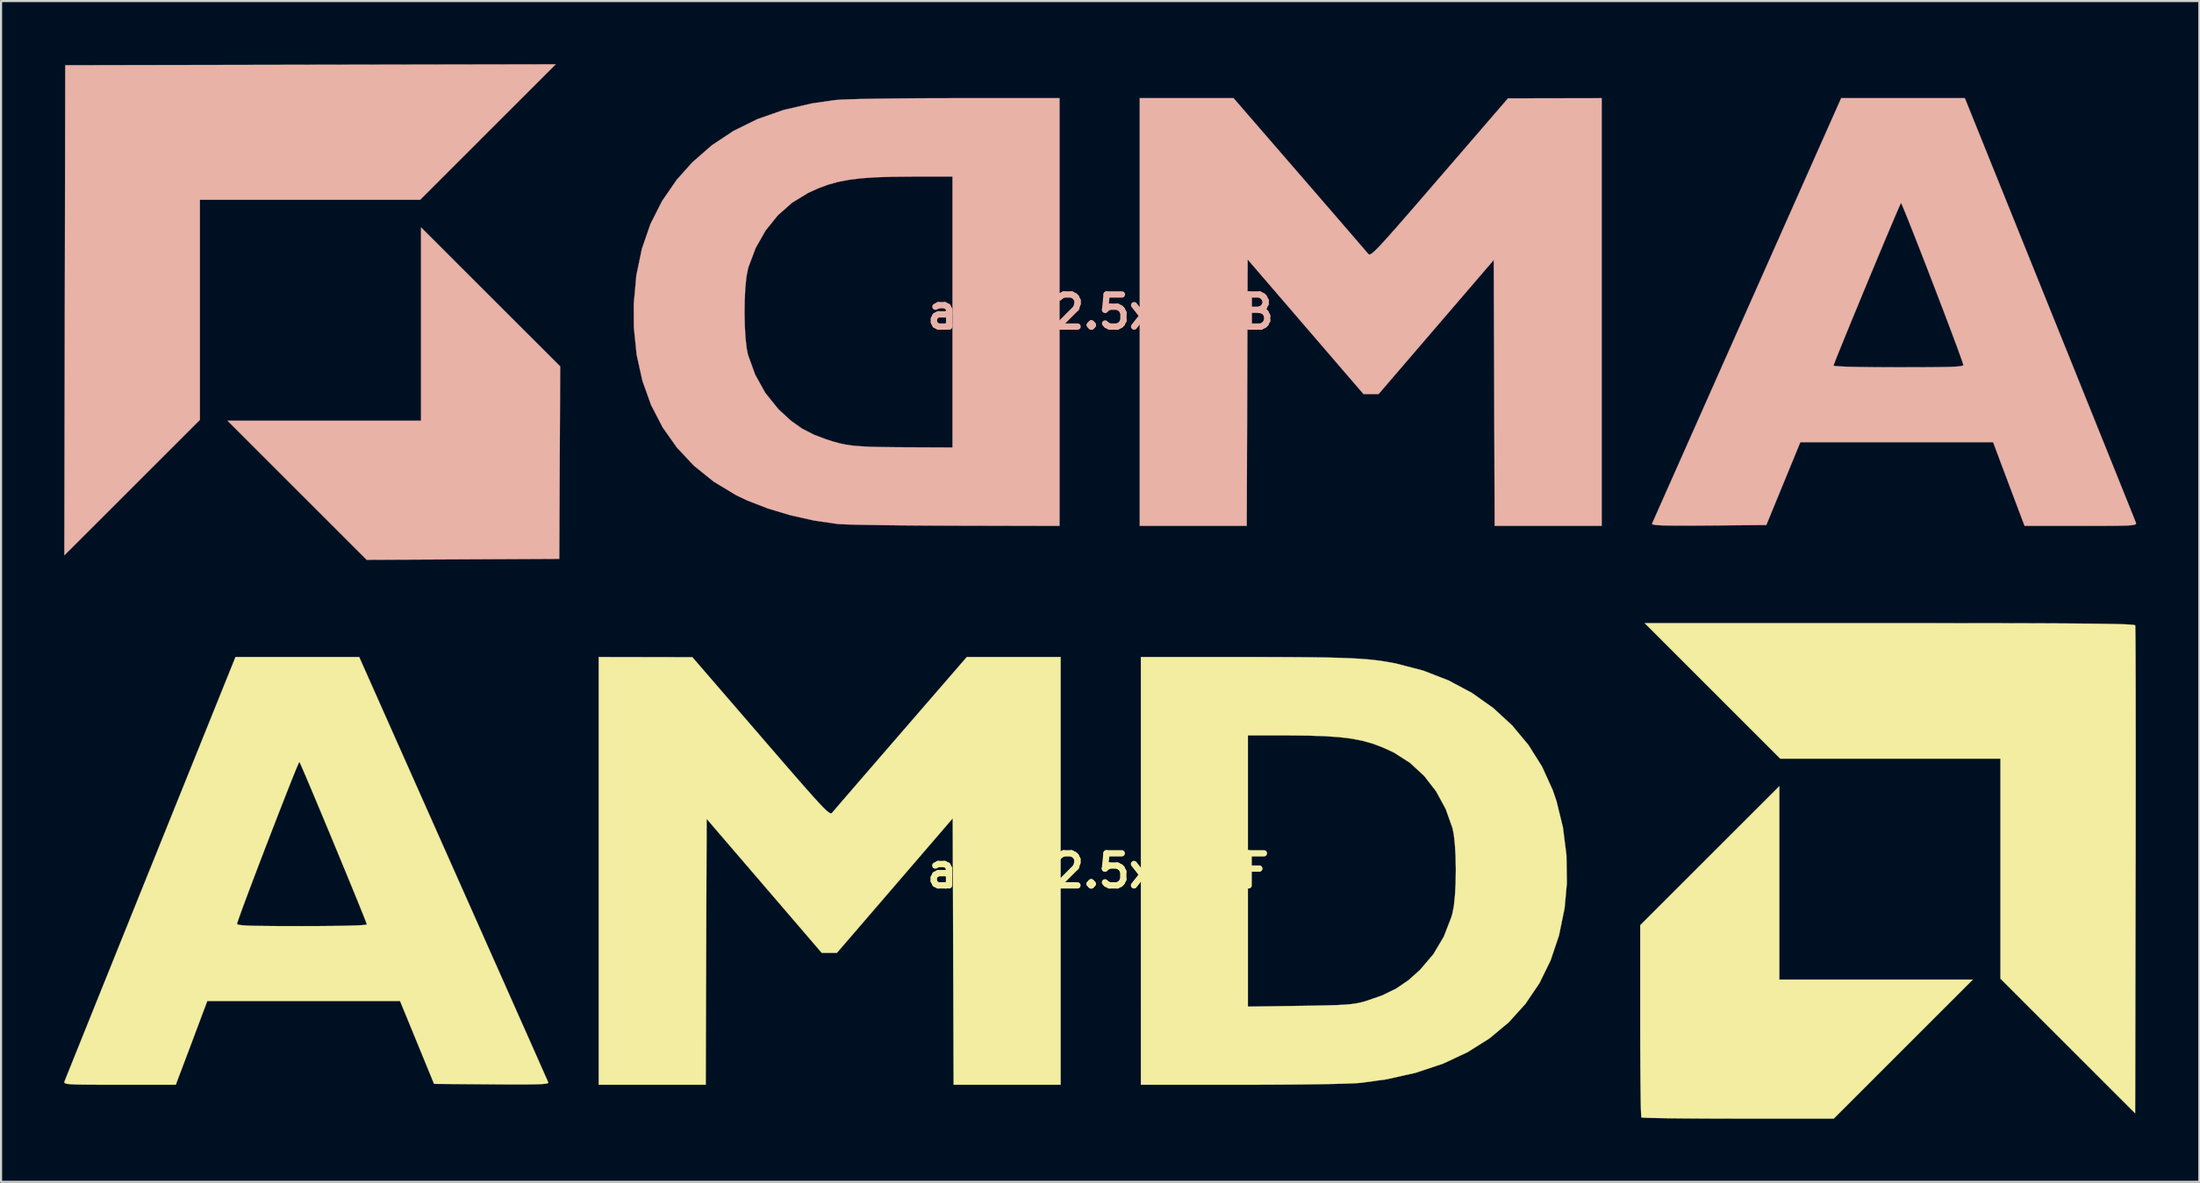
<source format=kicad_pcb>
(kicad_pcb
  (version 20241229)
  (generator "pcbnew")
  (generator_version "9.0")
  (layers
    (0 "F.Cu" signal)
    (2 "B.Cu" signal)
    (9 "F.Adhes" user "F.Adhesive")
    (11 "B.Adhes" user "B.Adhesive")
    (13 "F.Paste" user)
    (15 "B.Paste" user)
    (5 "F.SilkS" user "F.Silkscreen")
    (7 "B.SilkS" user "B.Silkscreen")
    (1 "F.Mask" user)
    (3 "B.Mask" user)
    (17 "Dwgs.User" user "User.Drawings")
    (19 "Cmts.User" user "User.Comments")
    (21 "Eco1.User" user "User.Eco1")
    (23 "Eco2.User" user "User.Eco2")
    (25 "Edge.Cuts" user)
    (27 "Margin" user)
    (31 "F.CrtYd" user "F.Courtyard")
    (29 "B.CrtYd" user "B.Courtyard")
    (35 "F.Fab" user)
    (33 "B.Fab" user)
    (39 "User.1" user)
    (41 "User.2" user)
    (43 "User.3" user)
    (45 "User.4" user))
  (footprint "amd_2.5x10_B"
    (layer "F.Cu")
    (at 49.197 11.774)
    (property "Reference" "amd_2.5x10_B" (at 0 0 0) (layer "B.SilkS") (effects (font (size 1.524 1.524) (thickness 0.3))))
    (attr through_hole)
    (fp_poly (pts (xy -25.653 2.582) (xy -25.675 7.154) (xy -25.696 11.726) (xy -30.268 11.748) (xy -34.84 11.77) (xy -41.444 5.165) (xy -32.258 5.165) (xy -32.258 -4.021) (xy -25.653 2.582)) (stroke (width 0.01) (type solid)) (fill yes) (layer "B.SilkS"))
    (fp_poly (pts (xy -29.083 -8.552) (xy -32.299 -5.334) (xy -42.757 -5.334) (xy -42.757 5.123) (xy -45.974 8.34) (xy -49.192 11.557) (xy -49.17 -0.085) (xy -49.149 -11.726) (xy -37.507 -11.748) (xy -25.866 -11.769) (xy -29.083 -8.552)) (stroke (width 0.01) (type solid)) (fill yes) (layer "B.SilkS"))
    (fp_poly (pts (xy 9.444 -6.545) (xy 10.027 -5.872) (xy 10.578 -5.234) (xy 11.089 -4.643) (xy 11.548 -4.111) (xy 11.946 -3.651) (xy 12.27 -3.274) (xy 12.512 -2.992) (xy 12.661 -2.819) (xy 12.704 -2.768) (xy 12.736 -2.739) (xy 12.779 -2.733) (xy 12.841 -2.758) (xy 12.931 -2.824) (xy 13.058 -2.939) (xy 13.23 -3.114) (xy 13.455 -3.357) (xy 13.743 -3.677) (xy 14.102 -4.083) (xy 14.54 -4.586) (xy 15.067 -5.193) (xy 15.69 -5.914) (xy 16.091 -6.379) (xy 19.346 -10.152) (xy 23.791 -10.16) (xy 23.791 10.16) (xy 18.712 10.16) (xy 18.691 3.843) (xy 18.669 -2.474) (xy 15.936 0.71) (xy 13.202 3.895) (xy 12.484 3.895) (xy 9.735 0.699) (xy 6.985 -2.498) (xy 6.942 10.16) (xy 1.863 10.16) (xy 1.863 -10.16) (xy 6.316 -10.16) (xy 9.444 -6.545)) (stroke (width 0.01) (type solid)) (fill yes) (layer "B.SilkS"))
    (fp_poly (pts (xy -1.947 10.16) (xy -6.879 10.149) (xy -7.801 10.145) (xy -8.69 10.14) (xy -9.529 10.133) (xy -10.3 10.124) (xy -10.985 10.113) (xy -11.567 10.102) (xy -12.028 10.09) (xy -12.351 10.077) (xy -12.488 10.067) (xy -13.595 9.906) (xy -14.709 9.657) (xy -15.784 9.335) (xy -16.772 8.952) (xy -17.305 8.697) (xy -18.363 8.058) (xy -19.298 7.305) (xy -20.107 6.444) (xy -20.787 5.481) (xy -21.335 4.42) (xy -21.747 3.269) (xy -22.022 2.031) (xy -22.155 0.714) (xy -22.157 0.063) (xy -16.901 0.063) (xy -16.887 0.683) (xy -16.853 1.255) (xy -16.797 1.737) (xy -16.737 2.032) (xy -16.393 2.983) (xy -15.915 3.841) (xy -15.311 4.593) (xy -15.242 4.663) (xy -14.702 5.159) (xy -14.169 5.538) (xy -13.583 5.837) (xy -13.025 6.047) (xy -12.699 6.152) (xy -12.396 6.235) (xy -12.092 6.299) (xy -11.761 6.346) (xy -11.375 6.379) (xy -10.91 6.402) (xy -10.341 6.415) (xy -9.639 6.423) (xy -9.25 6.425) (xy -7.027 6.435) (xy -7.027 -6.435) (xy -8.913 -6.435) (xy -9.86 -6.427) (xy -10.663 -6.402) (xy -11.347 -6.356) (xy -11.938 -6.284) (xy -12.46 -6.183) (xy -12.939 -6.049) (xy -13.4 -5.878) (xy -13.868 -5.666) (xy -13.882 -5.659) (xy -14.646 -5.192) (xy -15.324 -4.59) (xy -15.904 -3.869) (xy -16.371 -3.048) (xy -16.711 -2.143) (xy -16.742 -2.032) (xy -16.814 -1.652) (xy -16.864 -1.147) (xy -16.893 -0.561) (xy -16.901 0.063) (xy -22.157 0.063) (xy -22.159 -0.381) (xy -22.036 -1.74) (xy -21.772 -3.007) (xy -21.365 -4.185) (xy -20.814 -5.276) (xy -20.119 -6.284) (xy -19.386 -7.105) (xy -18.46 -7.916) (xy -17.432 -8.601) (xy -16.298 -9.161) (xy -15.053 -9.598) (xy -13.694 -9.913) (xy -12.598 -10.07) (xy -12.336 -10.089) (xy -11.921 -10.106) (xy -11.365 -10.121) (xy -10.685 -10.134) (xy -9.894 -10.145) (xy -9.007 -10.153) (xy -8.039 -10.158) (xy -7.005 -10.16) (xy -6.861 -10.16) (xy -1.947 -10.16) (xy -1.947 10.16)) (stroke (width 0.01) (type solid)) (fill yes) (layer "B.SilkS"))
    (fp_poly (pts (xy 45.068 -0.148) (xy 45.569 1.095) (xy 46.053 2.296) (xy 46.516 3.446) (xy 46.954 4.534) (xy 47.363 5.552) (xy 47.741 6.489) (xy 48.082 7.337) (xy 48.383 8.086) (xy 48.64 8.726) (xy 48.85 9.248) (xy 49.008 9.642) (xy 49.111 9.899) (xy 49.155 10.009) (xy 49.156 10.012) (xy 49.162 10.053) (xy 49.136 10.086) (xy 49.061 10.111) (xy 48.92 10.13) (xy 48.697 10.143) (xy 48.374 10.152) (xy 47.934 10.157) (xy 47.36 10.159) (xy 46.636 10.16) (xy 46.541 10.16) (xy 43.872 10.16) (xy 43.623 9.504) (xy 43.505 9.191) (xy 43.345 8.766) (xy 43.16 8.275) (xy 42.968 7.762) (xy 42.875 7.515) (xy 42.376 6.182) (xy 33.224 6.181) (xy 31.608 10.118) (xy 28.876 10.14) (xy 28.098 10.145) (xy 27.476 10.146) (xy 26.995 10.143) (xy 26.639 10.134) (xy 26.396 10.12) (xy 26.251 10.1) (xy 26.189 10.074) (xy 26.185 10.055) (xy 26.224 9.966) (xy 26.328 9.731) (xy 26.492 9.36) (xy 26.713 8.862) (xy 26.986 8.246) (xy 27.308 7.522) (xy 27.674 6.698) (xy 28.08 5.783) (xy 28.522 4.788) (xy 28.995 3.721) (xy 29.497 2.591) (xy 29.517 2.546) (xy 34.798 2.546) (xy 34.88 2.566) (xy 35.119 2.584) (xy 35.501 2.599) (xy 36.013 2.611) (xy 36.642 2.619) (xy 37.376 2.624) (xy 37.895 2.625) (xy 38.718 2.624) (xy 39.387 2.621) (xy 39.916 2.615) (xy 40.319 2.606) (xy 40.611 2.593) (xy 40.805 2.575) (xy 40.918 2.553) (xy 40.962 2.525) (xy 40.964 2.51) (xy 40.917 2.361) (xy 40.819 2.083) (xy 40.677 1.692) (xy 40.497 1.209) (xy 40.288 0.652) (xy 40.056 0.038) (xy 39.807 -0.614) (xy 39.55 -1.285) (xy 39.291 -1.958) (xy 39.037 -2.613) (xy 38.796 -3.232) (xy 38.574 -3.798) (xy 38.378 -4.291) (xy 38.216 -4.693) (xy 38.095 -4.986) (xy 38.022 -5.152) (xy 38.002 -5.182) (xy 37.958 -5.093) (xy 37.858 -4.866) (xy 37.709 -4.519) (xy 37.519 -4.07) (xy 37.295 -3.54) (xy 37.046 -2.945) (xy 36.779 -2.304) (xy 36.501 -1.637) (xy 36.22 -0.96) (xy 35.945 -0.293) (xy 35.682 0.345) (xy 35.439 0.937) (xy 35.225 1.463) (xy 35.045 1.906) (xy 34.91 2.246) (xy 34.825 2.466) (xy 34.798 2.546) (xy 29.517 2.546) (xy 30.023 1.408) (xy 30.568 0.181) (xy 30.696 -0.106) (xy 35.163 -10.16) (xy 41.034 -10.16) (xy 45.068 -0.148)) (stroke (width 0.01) (type solid)) (fill yes) (layer "B.SilkS")))
  (footprint "amd_2.5x10_F"
    (layer "F.Cu")
    (at 49.081 38.323)
    (property "Reference" "amd_2.5x10_F" (at 0 0 0) (layer "F.SilkS") (effects (font (size 1.524 1.524) (thickness 0.3))))
    (attr through_hole)
    (fp_poly (pts (xy 32.343 5.165) (xy 41.528 5.165) (xy 34.926 11.769) (xy 30.389 11.769) (xy 29.528 11.768) (xy 28.718 11.765) (xy 27.976 11.76) (xy 27.316 11.754) (xy 26.755 11.746) (xy 26.308 11.738) (xy 25.992 11.728) (xy 25.821 11.718) (xy 25.795 11.712) (xy 25.784 11.619) (xy 25.774 11.373) (xy 25.765 10.988) (xy 25.757 10.482) (xy 25.75 9.869) (xy 25.745 9.165) (xy 25.741 8.387) (xy 25.739 7.549) (xy 25.739 7.119) (xy 25.739 2.582) (xy 29.041 -0.72) (xy 32.343 -4.021) (xy 32.343 5.165)) (stroke (width 0.01) (type solid)) (fill yes) (layer "F.SilkS"))
    (fp_poly (pts (xy 39.271 -11.768) (xy 40.806 -11.767) (xy 42.186 -11.766) (xy 43.418 -11.764) (xy 44.509 -11.761) (xy 45.466 -11.757) (xy 46.296 -11.752) (xy 47.007 -11.746) (xy 47.604 -11.739) (xy 48.097 -11.731) (xy 48.491 -11.721) (xy 48.794 -11.711) (xy 49.012 -11.699) (xy 49.154 -11.686) (xy 49.225 -11.671) (xy 49.237 -11.663) (xy 49.242 -11.567) (xy 49.246 -11.311) (xy 49.25 -10.906) (xy 49.253 -10.361) (xy 49.255 -9.687) (xy 49.258 -8.891) (xy 49.259 -7.986) (xy 49.26 -6.98) (xy 49.261 -5.883) (xy 49.261 -4.706) (xy 49.26 -3.457) (xy 49.259 -2.147) (xy 49.257 -0.786) (xy 49.255 -0.021) (xy 49.234 11.516) (xy 42.841 5.122) (xy 42.841 -5.334) (xy 32.384 -5.334) (xy 29.168 -8.551) (xy 25.951 -11.769) (xy 37.574 -11.769) (xy 39.271 -11.768)) (stroke (width 0.01) (type solid)) (fill yes) (layer "F.SilkS"))
    (fp_poly (pts (xy -1.778 10.16) (xy -6.857 10.16) (xy -6.879 3.831) (xy -6.9 -2.498) (xy -9.65 0.699) (xy -12.4 3.895) (xy -13.118 3.895) (xy -15.851 0.71) (xy -18.584 -2.474) (xy -18.628 10.16) (xy -23.707 10.16) (xy -23.707 -10.16) (xy -19.262 -10.152) (xy -16.006 -6.379) (xy -15.324 -5.589) (xy -14.744 -4.918) (xy -14.256 -4.357) (xy -13.853 -3.897) (xy -13.526 -3.529) (xy -13.266 -3.243) (xy -13.065 -3.031) (xy -12.914 -2.883) (xy -12.804 -2.79) (xy -12.727 -2.743) (xy -12.674 -2.732) (xy -12.637 -2.749) (xy -12.62 -2.768) (xy -12.541 -2.86) (xy -12.362 -3.069) (xy -12.093 -3.382) (xy -11.744 -3.786) (xy -11.327 -4.27) (xy -10.85 -4.821) (xy -10.326 -5.428) (xy -9.764 -6.078) (xy -9.36 -6.545) (xy -6.231 -10.16) (xy -1.778 -10.16) (xy -1.778 10.16)) (stroke (width 0.01) (type solid)) (fill yes) (layer "F.SilkS"))
    (fp_poly (pts (xy 8.113 -10.159) (xy 9.126 -10.155) (xy 10.001 -10.148) (xy 10.753 -10.138) (xy 11.399 -10.122) (xy 11.953 -10.102) (xy 12.432 -10.076) (xy 12.851 -10.043) (xy 13.226 -10.002) (xy 13.572 -9.954) (xy 13.905 -9.897) (xy 14.139 -9.852) (xy 15.435 -9.515) (xy 16.643 -9.045) (xy 17.755 -8.45) (xy 18.762 -7.736) (xy 19.657 -6.911) (xy 20.431 -5.982) (xy 21.076 -4.956) (xy 21.583 -3.84) (xy 21.761 -3.322) (xy 22.069 -2.063) (xy 22.235 -0.748) (xy 22.255 0.585) (xy 22.146 1.778) (xy 21.882 3.066) (xy 21.483 4.254) (xy 20.95 5.34) (xy 20.287 6.32) (xy 19.496 7.195) (xy 18.577 7.961) (xy 17.535 8.616) (xy 16.372 9.16) (xy 15.088 9.589) (xy 13.687 9.903) (xy 12.458 10.071) (xy 12.194 10.089) (xy 11.779 10.105) (xy 11.228 10.12) (xy 10.56 10.133) (xy 9.792 10.144) (xy 8.941 10.152) (xy 8.024 10.157) (xy 7.059 10.16) (xy 6.807 10.16) (xy 2.032 10.16) (xy 2.032 -6.435) (xy 7.112 -6.435) (xy 7.112 6.45) (xy 9.588 6.413) (xy 10.317 6.402) (xy 10.9 6.389) (xy 11.359 6.375) (xy 11.72 6.356) (xy 12.004 6.332) (xy 12.236 6.3) (xy 12.438 6.26) (xy 12.634 6.209) (xy 12.7 6.189) (xy 13.484 5.918) (xy 14.147 5.595) (xy 14.738 5.193) (xy 15.286 4.702) (xy 15.919 3.958) (xy 16.412 3.128) (xy 16.773 2.198) (xy 16.821 2.032) (xy 16.894 1.655) (xy 16.945 1.152) (xy 16.976 0.568) (xy 16.985 -0.056) (xy 16.974 -0.676) (xy 16.941 -1.25) (xy 16.887 -1.735) (xy 16.827 -2.032) (xy 16.502 -2.945) (xy 16.049 -3.778) (xy 15.482 -4.511) (xy 14.815 -5.129) (xy 14.061 -5.612) (xy 13.967 -5.659) (xy 13.499 -5.872) (xy 13.038 -6.045) (xy 12.559 -6.18) (xy 12.039 -6.282) (xy 11.45 -6.354) (xy 10.769 -6.401) (xy 9.97 -6.427) (xy 9.028 -6.435) (xy 8.998 -6.435) (xy 7.112 -6.435) (xy 2.032 -6.435) (xy 2.032 -10.16) (xy 6.946 -10.16) (xy 8.113 -10.159)) (stroke (width 0.01) (type solid)) (fill yes) (layer "F.SilkS"))
    (fp_poly (pts (xy -30.611 -0.106) (xy -30.062 1.13) (xy -29.531 2.324) (xy -29.024 3.467) (xy -28.543 4.549) (xy -28.093 5.562) (xy -27.679 6.496) (xy -27.303 7.341) (xy -26.971 8.089) (xy -26.687 8.731) (xy -26.454 9.257) (xy -26.276 9.658) (xy -26.158 9.925) (xy -26.104 10.048) (xy -26.101 10.055) (xy -26.12 10.086) (xy -26.214 10.109) (xy -26.398 10.127) (xy -26.685 10.138) (xy -27.09 10.145) (xy -27.627 10.146) (xy -28.311 10.144) (xy -28.791 10.14) (xy -31.524 10.118) (xy -32.331 8.149) (xy -33.139 6.181) (xy -37.715 6.182) (xy -42.291 6.182) (xy -42.791 7.515) (xy -42.98 8.021) (xy -43.171 8.528) (xy -43.346 8.992) (xy -43.487 9.366) (xy -43.539 9.504) (xy -43.787 10.16) (xy -46.456 10.16) (xy -47.199 10.16) (xy -47.789 10.157) (xy -48.244 10.153) (xy -48.58 10.145) (xy -48.814 10.132) (xy -48.964 10.114) (xy -49.045 10.089) (xy -49.076 10.057) (xy -49.073 10.017) (xy -49.071 10.012) (xy -49.033 9.916) (xy -48.936 9.673) (xy -48.783 9.292) (xy -48.578 8.782) (xy -48.325 8.153) (xy -48.028 7.415) (xy -47.691 6.576) (xy -47.317 5.647) (xy -46.91 4.637) (xy -46.475 3.555) (xy -46.054 2.51) (xy -40.879 2.51) (xy -40.861 2.541) (xy -40.783 2.565) (xy -40.628 2.585) (xy -40.384 2.6) (xy -40.035 2.611) (xy -39.568 2.618) (xy -38.966 2.623) (xy -38.217 2.624) (xy -37.81 2.625) (xy -37.017 2.623) (xy -36.319 2.617) (xy -35.731 2.607) (xy -35.264 2.594) (xy -34.932 2.578) (xy -34.748 2.559) (xy -34.713 2.546) (xy -34.745 2.453) (xy -34.834 2.222) (xy -34.974 1.873) (xy -35.156 1.422) (xy -35.374 0.89) (xy -35.618 0.294) (xy -35.883 -0.348) (xy -36.159 -1.016) (xy -36.439 -1.692) (xy -36.717 -2.359) (xy -36.983 -2.996) (xy -37.23 -3.586) (xy -37.451 -4.111) (xy -37.638 -4.551) (xy -37.784 -4.889) (xy -37.88 -5.106) (xy -37.918 -5.182) (xy -37.954 -5.115) (xy -38.044 -4.907) (xy -38.179 -4.577) (xy -38.352 -4.145) (xy -38.556 -3.627) (xy -38.785 -3.042) (xy -39.031 -2.41) (xy -39.287 -1.747) (xy -39.547 -1.073) (xy -39.802 -0.406) (xy -40.046 0.236) (xy -40.272 0.834) (xy -40.473 1.37) (xy -40.641 1.826) (xy -40.77 2.183) (xy -40.853 2.423) (xy -40.879 2.51) (xy -46.054 2.51) (xy -46.014 2.411) (xy -45.532 1.214) (xy -45.033 -0.025) (xy -44.983 -0.148) (xy -40.95 -10.16) (xy -35.079 -10.16) (xy -30.611 -0.106)) (stroke (width 0.01) (type solid)) (fill yes) (layer "F.SilkS")))
  (gr_rect
    (start -3 -3)
    (end 101.364 53.096)
    (stroke (width 0.1) (type default))
    (fill no)
    (layer "Edge.Cuts")))
</source>
